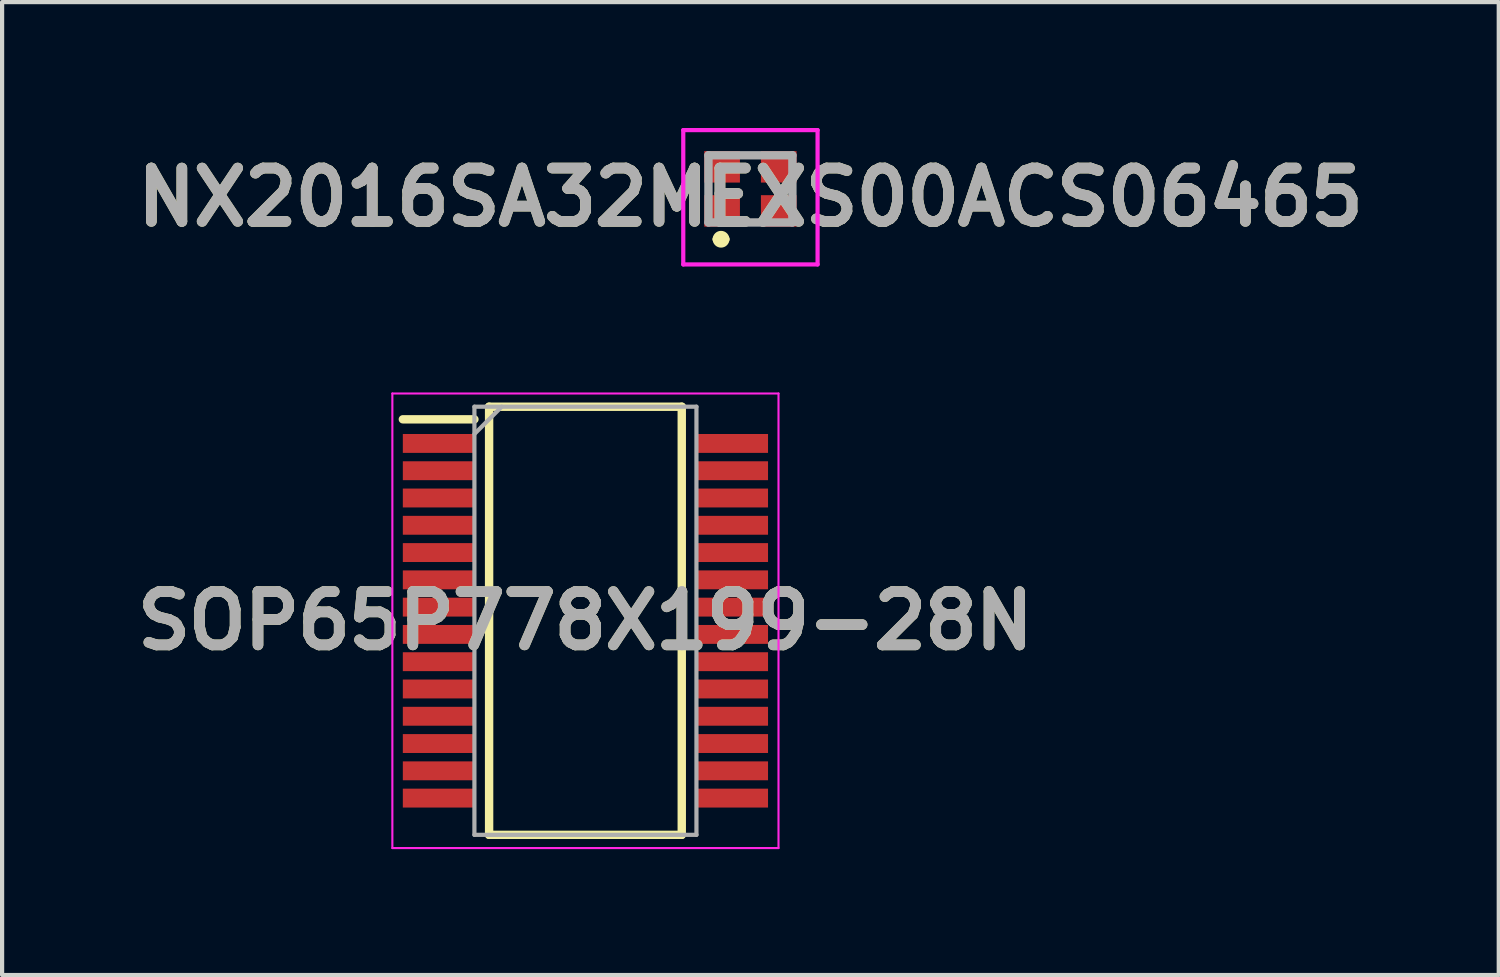
<source format=kicad_pcb>
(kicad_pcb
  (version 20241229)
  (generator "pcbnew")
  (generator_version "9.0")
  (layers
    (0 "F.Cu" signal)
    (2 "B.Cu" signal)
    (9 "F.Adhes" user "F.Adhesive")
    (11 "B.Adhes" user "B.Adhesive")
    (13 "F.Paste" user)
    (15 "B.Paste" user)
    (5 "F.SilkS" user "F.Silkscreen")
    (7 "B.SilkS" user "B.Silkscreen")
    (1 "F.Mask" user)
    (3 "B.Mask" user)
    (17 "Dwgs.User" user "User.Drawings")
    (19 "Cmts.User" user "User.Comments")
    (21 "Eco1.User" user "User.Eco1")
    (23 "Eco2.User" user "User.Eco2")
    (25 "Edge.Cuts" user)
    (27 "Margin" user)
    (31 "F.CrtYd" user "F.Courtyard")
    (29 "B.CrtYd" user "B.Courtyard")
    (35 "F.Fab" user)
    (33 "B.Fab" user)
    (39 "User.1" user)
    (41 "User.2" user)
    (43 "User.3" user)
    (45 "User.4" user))
  (footprint "SOP65P778X199-28N"
    (layer "F.Cu")
    (at 10.898 11.74)
    (property "Reference" "SOP65P778X199-28N" (at 0 0 0) (layer "F.SilkS") (effects (font (size 1.27 1.27) (thickness 0.254))))
    (attr smd)
    (fp_line (start -4.35 -4.8) (end -2.645 -4.8) (stroke (width 0.2) (type solid)) (layer "F.SilkS"))
    (fp_line (start -2.295 -5.1) (end 2.295 -5.1) (stroke (width 0.2) (type solid)) (layer "F.SilkS"))
    (fp_line (start -2.295 5.1) (end -2.295 -5.1) (stroke (width 0.2) (type solid)) (layer "F.SilkS"))
    (fp_line (start 2.295 -5.1) (end 2.295 5.1) (stroke (width 0.2) (type solid)) (layer "F.SilkS"))
    (fp_line (start 2.295 5.1) (end -2.295 5.1) (stroke (width 0.2) (type solid)) (layer "F.SilkS"))
    (fp_line (start -4.6 -5.415) (end 4.6 -5.415) (stroke (width 0.05) (type solid)) (layer "F.CrtYd"))
    (fp_line (start -4.6 5.415) (end -4.6 -5.415) (stroke (width 0.05) (type solid)) (layer "F.CrtYd"))
    (fp_line (start 4.6 -5.415) (end 4.6 5.415) (stroke (width 0.05) (type solid)) (layer "F.CrtYd"))
    (fp_line (start 4.6 5.415) (end -4.6 5.415) (stroke (width 0.05) (type solid)) (layer "F.CrtYd"))
    (fp_line (start -2.645 -5.1) (end 2.645 -5.1) (stroke (width 0.1) (type solid)) (layer "F.Fab"))
    (fp_line (start -2.645 -4.45) (end -1.995 -5.1) (stroke (width 0.1) (type solid)) (layer "F.Fab"))
    (fp_line (start -2.645 5.1) (end -2.645 -5.1) (stroke (width 0.1) (type solid)) (layer "F.Fab"))
    (fp_line (start 2.645 -5.1) (end 2.645 5.1) (stroke (width 0.1) (type solid)) (layer "F.Fab"))
    (fp_line (start 2.645 5.1) (end -2.645 5.1) (stroke (width 0.1) (type solid)) (layer "F.Fab"))
    (fp_text user "${REFERENCE}" (at 0 0 0) (layer "F.Fab") (effects (font (size 1.27 1.27) (thickness 0.254))))
    (pad "1" smd rect (at -3.498 -4.225 90) (size 0.45 1.705) (layers "F.Cu" "F.Mask" "F.Paste"))
    (pad "2" smd rect (at -3.498 -3.575 90) (size 0.45 1.705) (layers "F.Cu" "F.Mask" "F.Paste"))
    (pad "3" smd rect (at -3.498 -2.925 90) (size 0.45 1.705) (layers "F.Cu" "F.Mask" "F.Paste"))
    (pad "4" smd rect (at -3.498 -2.275 90) (size 0.45 1.705) (layers "F.Cu" "F.Mask" "F.Paste"))
    (pad "5" smd rect (at -3.498 -1.625 90) (size 0.45 1.705) (layers "F.Cu" "F.Mask" "F.Paste"))
    (pad "6" smd rect (at -3.498 -0.975 90) (size 0.45 1.705) (layers "F.Cu" "F.Mask" "F.Paste"))
    (pad "7" smd rect (at -3.498 -0.325 90) (size 0.45 1.705) (layers "F.Cu" "F.Mask" "F.Paste"))
    (pad "8" smd rect (at -3.498 0.325 90) (size 0.45 1.705) (layers "F.Cu" "F.Mask" "F.Paste"))
    (pad "9" smd rect (at -3.498 0.975 90) (size 0.45 1.705) (layers "F.Cu" "F.Mask" "F.Paste"))
    (pad "10" smd rect (at -3.498 1.625 90) (size 0.45 1.705) (layers "F.Cu" "F.Mask" "F.Paste"))
    (pad "11" smd rect (at -3.498 2.275 90) (size 0.45 1.705) (layers "F.Cu" "F.Mask" "F.Paste"))
    (pad "12" smd rect (at -3.498 2.925 90) (size 0.45 1.705) (layers "F.Cu" "F.Mask" "F.Paste"))
    (pad "13" smd rect (at -3.498 3.575 90) (size 0.45 1.705) (layers "F.Cu" "F.Mask" "F.Paste"))
    (pad "14" smd rect (at -3.498 4.225 90) (size 0.45 1.705) (layers "F.Cu" "F.Mask" "F.Paste"))
    (pad "15" smd rect (at 3.498 4.225 90) (size 0.45 1.705) (layers "F.Cu" "F.Mask" "F.Paste"))
    (pad "16" smd rect (at 3.498 3.575 90) (size 0.45 1.705) (layers "F.Cu" "F.Mask" "F.Paste"))
    (pad "17" smd rect (at 3.498 2.925 90) (size 0.45 1.705) (layers "F.Cu" "F.Mask" "F.Paste"))
    (pad "18" smd rect (at 3.498 2.275 90) (size 0.45 1.705) (layers "F.Cu" "F.Mask" "F.Paste"))
    (pad "19" smd rect (at 3.498 1.625 90) (size 0.45 1.705) (layers "F.Cu" "F.Mask" "F.Paste"))
    (pad "20" smd rect (at 3.498 0.975 90) (size 0.45 1.705) (layers "F.Cu" "F.Mask" "F.Paste"))
    (pad "21" smd rect (at 3.498 0.325 90) (size 0.45 1.705) (layers "F.Cu" "F.Mask" "F.Paste"))
    (pad "22" smd rect (at 3.498 -0.325 90) (size 0.45 1.705) (layers "F.Cu" "F.Mask" "F.Paste"))
    (pad "23" smd rect (at 3.498 -0.975 90) (size 0.45 1.705) (layers "F.Cu" "F.Mask" "F.Paste"))
    (pad "24" smd rect (at 3.498 -1.625 90) (size 0.45 1.705) (layers "F.Cu" "F.Mask" "F.Paste"))
    (pad "25" smd rect (at 3.498 -2.275 90) (size 0.45 1.705) (layers "F.Cu" "F.Mask" "F.Paste"))
    (pad "26" smd rect (at 3.498 -2.925 90) (size 0.45 1.705) (layers "F.Cu" "F.Mask" "F.Paste"))
    (pad "27" smd rect (at 3.498 -3.575 90) (size 0.45 1.705) (layers "F.Cu" "F.Mask" "F.Paste"))
    (pad "28" smd rect (at 3.498 -4.225 90) (size 0.45 1.705) (layers "F.Cu" "F.Mask" "F.Paste")))
  (footprint "NX2016SA32MEXS00ACS06465"
    (layer "F.Cu")
    (at 14.829 1.45)
    (property "Reference" "NX2016SA32MEXS00ACS06465" (at 0 0.2 0) (layer "F.SilkS") (effects (font (size 1.27 1.27) (thickness 0.254))))
    (attr smd)
    (fp_line (start -0.8 1.2) (end -0.8 1.2) (stroke (width 0.2) (type solid)) (layer "F.SilkS"))
    (fp_line (start -0.6 1.2) (end -0.6 1.2) (stroke (width 0.2) (type solid)) (layer "F.SilkS"))
    (fp_line (start -0.1 -0.8) (end 0.1 -0.8) (stroke (width 0.1) (type solid)) (layer "F.SilkS"))
    (fp_line (start -0.1 0.8) (end 0.1 0.8) (stroke (width 0.1) (type solid)) (layer "F.SilkS"))
    (fp_arc (start -0.8 1.2) (mid -0.7 1.1) (end -0.6 1.2) (stroke (width 0.2) (type solid)) (layer "F.SilkS"))
    (fp_arc (start -0.6 1.2) (mid -0.7 1.3) (end -0.8 1.2) (stroke (width 0.2) (type solid)) (layer "F.SilkS"))
    (fp_line (start -1.6 -1.4) (end 1.6 -1.4) (stroke (width 0.1) (type solid)) (layer "F.CrtYd"))
    (fp_line (start -1.6 1.8) (end -1.6 -1.4) (stroke (width 0.1) (type solid)) (layer "F.CrtYd"))
    (fp_line (start 1.6 -1.4) (end 1.6 1.8) (stroke (width 0.1) (type solid)) (layer "F.CrtYd"))
    (fp_line (start 1.6 1.8) (end -1.6 1.8) (stroke (width 0.1) (type solid)) (layer "F.CrtYd"))
    (fp_line (start -1 -0.8) (end 1 -0.8) (stroke (width 0.2) (type solid)) (layer "F.Fab"))
    (fp_line (start -1 0.8) (end -1 -0.8) (stroke (width 0.2) (type solid)) (layer "F.Fab"))
    (fp_line (start 1 -0.8) (end 1 0.8) (stroke (width 0.2) (type solid)) (layer "F.Fab"))
    (fp_line (start 1 0.8) (end -1 0.8) (stroke (width 0.2) (type solid)) (layer "F.Fab"))
    (fp_text user "${REFERENCE}" (at 0 0.2 0) (layer "F.Fab") (effects (font (size 1.27 1.27) (thickness 0.254))))
    (pad "1" smd rect (at -0.675 0.525 90) (size 0.75 0.85) (layers "F.Cu" "F.Mask" "F.Paste"))
    (pad "2" smd rect (at 0.675 0.525 90) (size 0.75 0.85) (layers "F.Cu" "F.Mask" "F.Paste"))
    (pad "3" smd rect (at 0.675 -0.525 90) (size 0.75 0.85) (layers "F.Cu" "F.Mask" "F.Paste"))
    (pad "4" smd rect (at -0.675 -0.525 90) (size 0.75 0.85) (layers "F.Cu" "F.Mask" "F.Paste")))
  (gr_rect
    (start -3 -3)
    (end 32.658 20.18)
    (stroke (width 0.1) (type default))
    (fill no)
    (layer "Edge.Cuts")))
</source>
